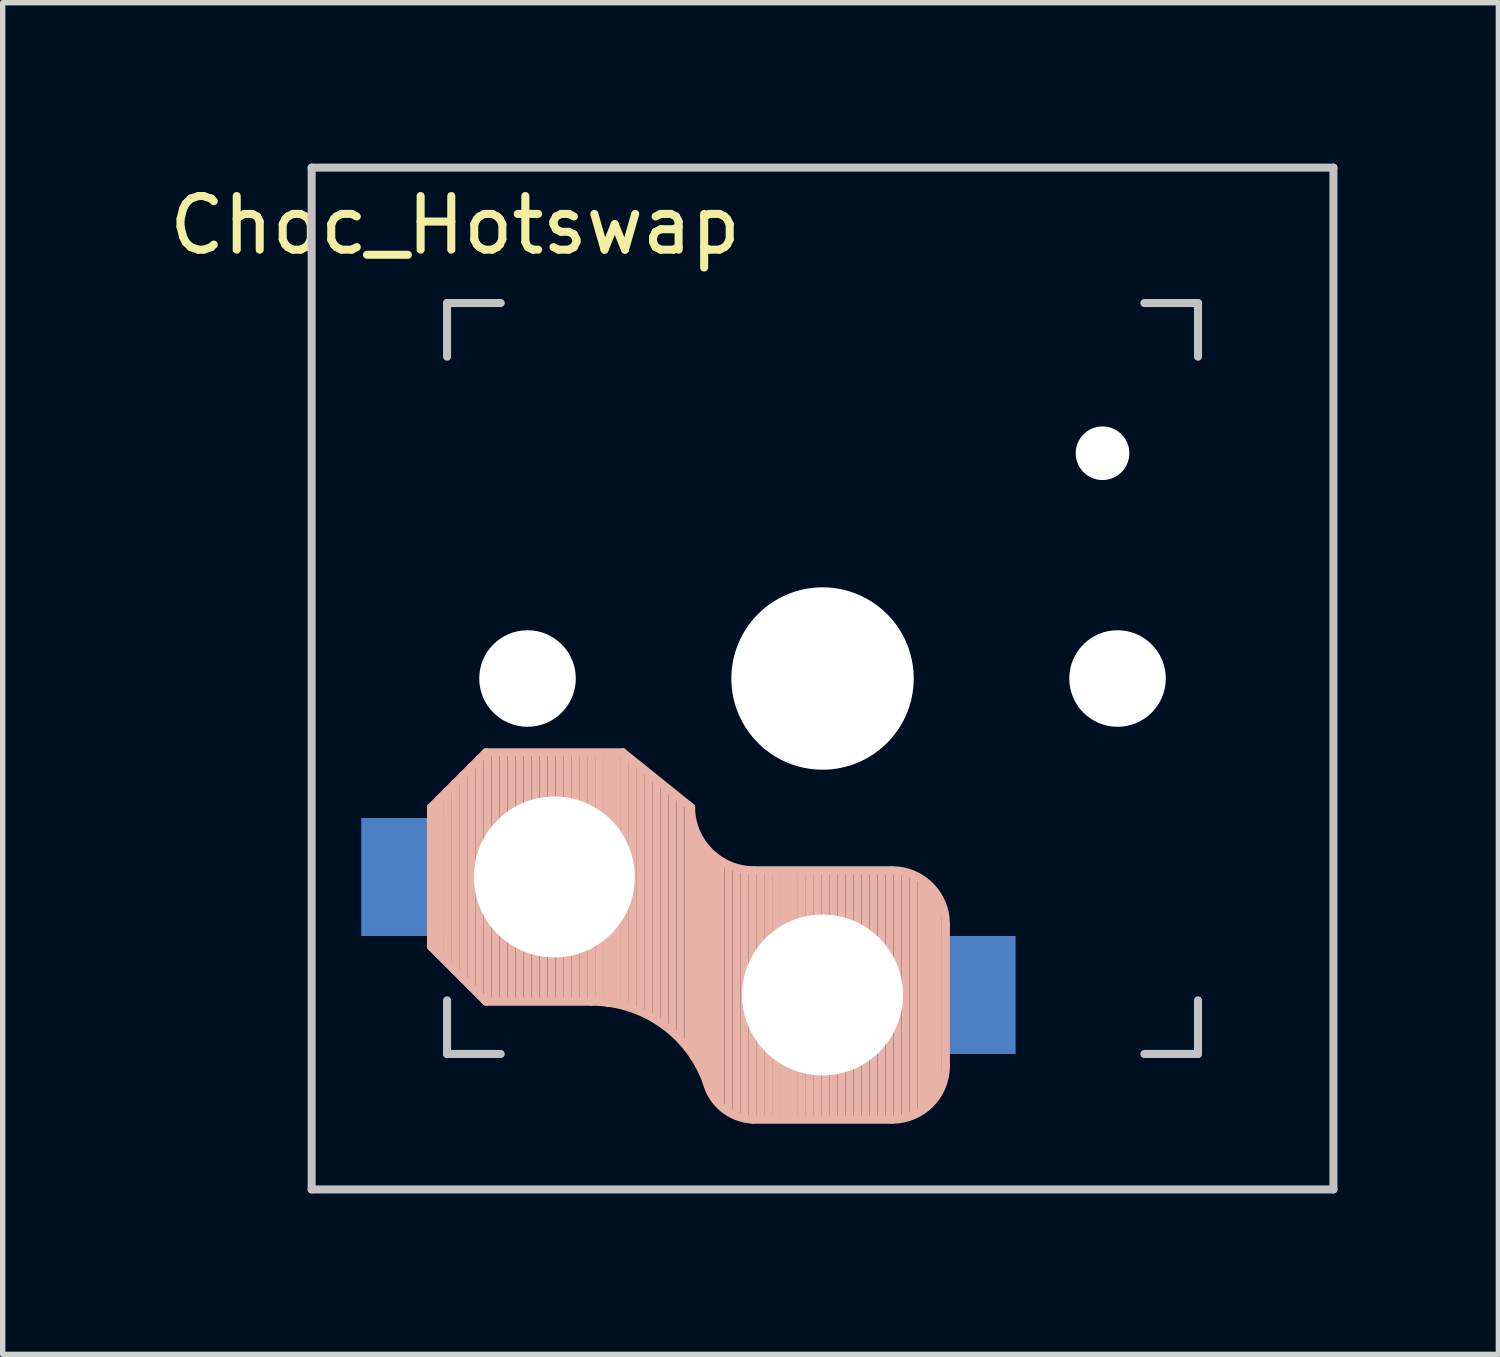
<source format=kicad_pcb>
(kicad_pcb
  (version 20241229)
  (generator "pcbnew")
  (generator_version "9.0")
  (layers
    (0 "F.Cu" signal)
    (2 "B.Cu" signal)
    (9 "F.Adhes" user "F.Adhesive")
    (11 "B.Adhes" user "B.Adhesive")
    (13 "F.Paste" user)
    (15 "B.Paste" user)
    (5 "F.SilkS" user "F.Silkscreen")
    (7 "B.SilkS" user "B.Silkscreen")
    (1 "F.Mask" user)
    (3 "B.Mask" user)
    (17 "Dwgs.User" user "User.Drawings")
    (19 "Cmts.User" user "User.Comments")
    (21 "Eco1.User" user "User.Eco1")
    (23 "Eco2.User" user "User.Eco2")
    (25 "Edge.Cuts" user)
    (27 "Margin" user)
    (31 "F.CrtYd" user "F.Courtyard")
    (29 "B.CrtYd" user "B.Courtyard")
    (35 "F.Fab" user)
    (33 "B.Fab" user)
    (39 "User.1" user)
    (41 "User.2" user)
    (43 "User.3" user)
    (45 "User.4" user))
  (footprint "Choc_Hotswap"
    (layer "F.Cu")
    (at 12.285 9.6)
    (property "Reference" "Choc_Hotswap" (at -6.85 -8.45 0) (layer "F.SilkS") (effects (font (size 1 1) (thickness 0.15))))
    (attr through_hole)
    (fp_line (start -7.3 2.4) (end -7.3 5) (stroke (width 0.15) (type solid)) (layer "B.SilkS"))
    (fp_line (start -7.3 2.4) (end -6.275 1.375) (stroke (width 0.15) (type solid)) (layer "B.SilkS"))
    (fp_line (start -7.3 5) (end -6.275 6.025) (stroke (width 0.15) (type solid)) (layer "B.SilkS"))
    (fp_line (start -7.15 5.15) (end -7.15 2.25) (stroke (width 0.15) (type solid)) (layer "B.SilkS"))
    (fp_line (start -7 5.25) (end -7 2.1) (stroke (width 0.15) (type solid)) (layer "B.SilkS"))
    (fp_line (start -6.85 5.45) (end -6.85 1.95) (stroke (width 0.15) (type solid)) (layer "B.SilkS"))
    (fp_line (start -6.7 5.6) (end -6.7 1.8) (stroke (width 0.15) (type solid)) (layer "B.SilkS"))
    (fp_line (start -6.55 5.75) (end -6.55 1.65) (stroke (width 0.15) (type solid)) (layer "B.SilkS"))
    (fp_line (start -6.4 5.85) (end -6.4 1.5) (stroke (width 0.15) (type solid)) (layer "B.SilkS"))
    (fp_line (start -6.25 6) (end -6.25 1.4) (stroke (width 0.15) (type solid)) (layer "B.SilkS"))
    (fp_line (start -6.1 6) (end -6.1 1.4) (stroke (width 0.15) (type solid)) (layer "B.SilkS"))
    (fp_line (start -5.95 6) (end -5.95 1.4) (stroke (width 0.15) (type solid)) (layer "B.SilkS"))
    (fp_line (start -5.8 6) (end -5.8 1.4) (stroke (width 0.15) (type solid)) (layer "B.SilkS"))
    (fp_line (start -5.65 6) (end -5.65 1.4) (stroke (width 0.15) (type solid)) (layer "B.SilkS"))
    (fp_line (start -5.5 6) (end -5.5 1.4) (stroke (width 0.15) (type solid)) (layer "B.SilkS"))
    (fp_line (start -5.35 6) (end -5.35 1.4) (stroke (width 0.15) (type solid)) (layer "B.SilkS"))
    (fp_line (start -5.2 6) (end -5.2 1.4) (stroke (width 0.15) (type solid)) (layer "B.SilkS"))
    (fp_line (start -5.05 6) (end -5.05 1.4) (stroke (width 0.15) (type solid)) (layer "B.SilkS"))
    (fp_line (start -4.9 6) (end -4.9 1.4) (stroke (width 0.15) (type solid)) (layer "B.SilkS"))
    (fp_line (start -4.75 6) (end -4.75 1.4) (stroke (width 0.15) (type solid)) (layer "B.SilkS"))
    (fp_line (start -4.6 6) (end -4.6 1.4) (stroke (width 0.15) (type solid)) (layer "B.SilkS"))
    (fp_line (start -4.45 6) (end -4.45 1.4) (stroke (width 0.15) (type solid)) (layer "B.SilkS"))
    (fp_line (start -4.3 6) (end -4.3 1.4) (stroke (width 0.15) (type solid)) (layer "B.SilkS"))
    (fp_line (start -4.3 6.025) (end -6.275 6.025) (stroke (width 0.15) (type solid)) (layer "B.SilkS"))
    (fp_line (start -4.15 6) (end -4.15 1.45) (stroke (width 0.15) (type solid)) (layer "B.SilkS"))
    (fp_line (start -4 6.05) (end -4 1.4) (stroke (width 0.15) (type solid)) (layer "B.SilkS"))
    (fp_line (start -3.85 6.05) (end -3.85 1.4) (stroke (width 0.15) (type solid)) (layer "B.SilkS"))
    (fp_line (start -3.725 1.375) (end -6.275 1.375) (stroke (width 0.15) (type solid)) (layer "B.SilkS"))
    (fp_line (start -3.725 1.375) (end -2.45 2.4) (stroke (width 0.15) (type solid)) (layer "B.SilkS"))
    (fp_line (start -3.7 6.05) (end -3.7 1.45) (stroke (width 0.15) (type solid)) (layer "B.SilkS"))
    (fp_line (start -3.55 6.1) (end -3.55 1.55) (stroke (width 0.15) (type solid)) (layer "B.SilkS"))
    (fp_line (start -3.4 6.2) (end -3.4 1.65) (stroke (width 0.15) (type solid)) (layer "B.SilkS"))
    (fp_line (start -3.25 6.25) (end -3.25 1.8) (stroke (width 0.15) (type solid)) (layer "B.SilkS"))
    (fp_line (start -3.1 6.35) (end -3.1 1.9) (stroke (width 0.15) (type solid)) (layer "B.SilkS"))
    (fp_line (start -2.95 6.45) (end -2.95 2.05) (stroke (width 0.15) (type solid)) (layer "B.SilkS"))
    (fp_line (start -2.8 6.55) (end -2.8 2.15) (stroke (width 0.15) (type solid)) (layer "B.SilkS"))
    (fp_line (start -2.65 6.7) (end -2.65 2.25) (stroke (width 0.15) (type solid)) (layer "B.SilkS"))
    (fp_line (start -2.5 6.85) (end -2.5 2.4) (stroke (width 0.15) (type solid)) (layer "B.SilkS"))
    (fp_line (start -2.4 7.05) (end -2.4 2.9) (stroke (width 0.15) (type solid)) (layer "B.SilkS"))
    (fp_line (start -2.3 7.2) (end -2.3 3.05) (stroke (width 0.15) (type solid)) (layer "B.SilkS"))
    (fp_line (start -2.2 7.4) (end -2.2 3.25) (stroke (width 0.15) (type solid)) (layer "B.SilkS"))
    (fp_line (start -2.1 7.55) (end -2.1 3.35) (stroke (width 0.15) (type solid)) (layer "B.SilkS"))
    (fp_line (start -2 7.8) (end -2 3.4) (stroke (width 0.15) (type solid)) (layer "B.SilkS"))
    (fp_line (start -1.9 7.95) (end -1.9 3.45) (stroke (width 0.15) (type solid)) (layer "B.SilkS"))
    (fp_line (start -1.75 8.05) (end -1.75 3.5) (stroke (width 0.15) (type solid)) (layer "B.SilkS"))
    (fp_line (start -1.6 8.15) (end -1.6 3.6) (stroke (width 0.15) (type solid)) (layer "B.SilkS"))
    (fp_line (start -1.45 8.2) (end -1.45 3.6) (stroke (width 0.15) (type solid)) (layer "B.SilkS"))
    (fp_line (start -1.3 8.2) (end -1.3 3.6) (stroke (width 0.15) (type solid)) (layer "B.SilkS"))
    (fp_line (start -1.15 8.2) (end -1.15 3.65) (stroke (width 0.15) (type solid)) (layer "B.SilkS"))
    (fp_line (start -1 8.2) (end -1 3.6) (stroke (width 0.15) (type solid)) (layer "B.SilkS"))
    (fp_line (start -0.85 8.2) (end -0.85 3.6) (stroke (width 0.15) (type solid)) (layer "B.SilkS"))
    (fp_line (start -0.7 8.2) (end -0.7 3.6) (stroke (width 0.15) (type solid)) (layer "B.SilkS"))
    (fp_line (start -0.55 8.2) (end -0.55 3.6) (stroke (width 0.15) (type solid)) (layer "B.SilkS"))
    (fp_line (start -0.4 8.2) (end -0.4 3.6) (stroke (width 0.15) (type solid)) (layer "B.SilkS"))
    (fp_line (start -0.25 8.2) (end -0.25 3.6) (stroke (width 0.15) (type solid)) (layer "B.SilkS"))
    (fp_line (start -0.1 8.2) (end -0.1 3.6) (stroke (width 0.15) (type solid)) (layer "B.SilkS"))
    (fp_line (start 0.05 8.2) (end 0.05 3.6) (stroke (width 0.15) (type solid)) (layer "B.SilkS"))
    (fp_line (start 0.2 8.2) (end 0.2 3.6) (stroke (width 0.15) (type solid)) (layer "B.SilkS"))
    (fp_line (start 0.35 8.2) (end 0.35 3.6) (stroke (width 0.15) (type solid)) (layer "B.SilkS"))
    (fp_line (start 0.5 8.2) (end 0.5 3.6) (stroke (width 0.15) (type solid)) (layer "B.SilkS"))
    (fp_line (start 0.65 8.2) (end 0.65 3.6) (stroke (width 0.15) (type solid)) (layer "B.SilkS"))
    (fp_line (start 0.8 8.2) (end 0.8 3.6) (stroke (width 0.15) (type solid)) (layer "B.SilkS"))
    (fp_line (start 0.95 8.2) (end 0.95 3.6) (stroke (width 0.15) (type solid)) (layer "B.SilkS"))
    (fp_line (start 1.1 8.2) (end 1.1 3.6) (stroke (width 0.15) (type solid)) (layer "B.SilkS"))
    (fp_line (start 1.25 8.2) (end 1.25 3.6) (stroke (width 0.15) (type solid)) (layer "B.SilkS"))
    (fp_line (start 1.3 3.575) (end -1.275 3.575) (stroke (width 0.15) (type solid)) (layer "B.SilkS"))
    (fp_line (start 1.3 8.225) (end -1.3 8.225) (stroke (width 0.15) (type solid)) (layer "B.SilkS"))
    (fp_line (start 1.4 8.2) (end 1.4 3.65) (stroke (width 0.15) (type solid)) (layer "B.SilkS"))
    (fp_line (start 1.55 8.15) (end 1.55 3.65) (stroke (width 0.15) (type solid)) (layer "B.SilkS"))
    (fp_line (start 1.7 8.1) (end 1.7 3.7) (stroke (width 0.15) (type solid)) (layer "B.SilkS"))
    (fp_line (start 1.85 8) (end 1.85 3.8) (stroke (width 0.15) (type solid)) (layer "B.SilkS"))
    (fp_line (start 1.95 7.9) (end 1.95 3.95) (stroke (width 0.15) (type solid)) (layer "B.SilkS"))
    (fp_line (start 2.05 7.8) (end 2.05 4.05) (stroke (width 0.15) (type solid)) (layer "B.SilkS"))
    (fp_line (start 2.15 7.65) (end 2.15 4.1) (stroke (width 0.15) (type solid)) (layer "B.SilkS"))
    (fp_line (start 2.3 4.575) (end 2.3 7.225) (stroke (width 0.15) (type solid)) (layer "B.SilkS"))
    (fp_arc (start -4.3 6.025) (mid -2.995114 6.436429) (end -2.162199 7.521904) (stroke (width 0.15) (type solid)) (layer "B.SilkS"))
    (fp_arc (start -1.300995 8.223791) (mid -1.848284 8.016021) (end -2.162199 7.521904) (stroke (width 0.15) (type solid)) (layer "B.SilkS"))
    (fp_arc (start -1.275 3.575) (mid -2.10585 3.23085) (end -2.45 2.4) (stroke (width 0.15) (type solid)) (layer "B.SilkS"))
    (fp_arc (start 1.3 3.575) (mid 2.007107 3.867893) (end 2.3 4.575) (stroke (width 0.15) (type solid)) (layer "B.SilkS"))
    (fp_arc (start 2.3 7.225) (mid 2.007107 7.932107) (end 1.3 8.225) (stroke (width 0.15) (type solid)) (layer "B.SilkS"))
    (fp_line (start -9.525 -9.525) (end 9.525 -9.525) (stroke (width 0.15) (type solid)) (layer "Dwgs.User"))
    (fp_line (start -9.525 9.525) (end -9.525 -9.525) (stroke (width 0.15) (type solid)) (layer "Dwgs.User"))
    (fp_line (start -7 -7) (end -6 -7) (stroke (width 0.15) (type solid)) (layer "Dwgs.User"))
    (fp_line (start -7 -6) (end -7 -7) (stroke (width 0.15) (type solid)) (layer "Dwgs.User"))
    (fp_line (start -7 7) (end -7 6) (stroke (width 0.15) (type solid)) (layer "Dwgs.User"))
    (fp_line (start -6 7) (end -7 7) (stroke (width 0.15) (type solid)) (layer "Dwgs.User"))
    (fp_line (start 6 7) (end 7 7) (stroke (width 0.15) (type solid)) (layer "Dwgs.User"))
    (fp_line (start 7 -7) (end 6 -7) (stroke (width 0.15) (type solid)) (layer "Dwgs.User"))
    (fp_line (start 7 -6) (end 7 -7) (stroke (width 0.15) (type solid)) (layer "Dwgs.User"))
    (fp_line (start 7 7) (end 7 6) (stroke (width 0.15) (type solid)) (layer "Dwgs.User"))
    (fp_line (start 9.525 -9.525) (end 9.525 9.525) (stroke (width 0.15) (type solid)) (layer "Dwgs.User"))
    (fp_line (start 9.525 9.525) (end -9.525 9.525) (stroke (width 0.15) (type solid)) (layer "Dwgs.User"))
    (pad "" np_thru_hole circle (at -5.5 0 90) (size 1.8 1.8) (drill 1.8) (layers "*.Cu" "*.Mask"))
    (pad "" np_thru_hole circle (at -5 3.7 90) (size 3 3) (drill 3) (layers "*.Cu" "*.Mask"))
    (pad "" np_thru_hole circle (at 0 0 90) (size 3.4 3.4) (drill 3.4) (layers "*.Cu" "*.Mask"))
    (pad "" np_thru_hole circle (at 0 5.9 90) (size 3 3) (drill 3) (layers "*.Cu" "*.Mask"))
    (pad "" np_thru_hole circle (at 5.22 -4.2 180) (size 1 1) (drill 1) (layers "*.Cu" "*.Mask"))
    (pad "" np_thru_hole circle (at 5.5 0 90) (size 1.8 1.8) (drill 1.8) (layers "*.Cu" "*.Mask"))
    (pad "1" smd rect (at -7.8 3.7 180) (size 1.6 2.2) (layers "B.Cu" "B.Mask" "B.Paste"))
    (pad "2" smd rect (at 2.8 5.9 180) (size 1.6 2.2) (layers "B.Cu" "B.Mask" "B.Paste")))
  (gr_rect
    (start -3 -3)
    (end 24.885 22.2)
    (stroke (width 0.1) (type default))
    (fill no)
    (layer "Edge.Cuts")))
</source>
